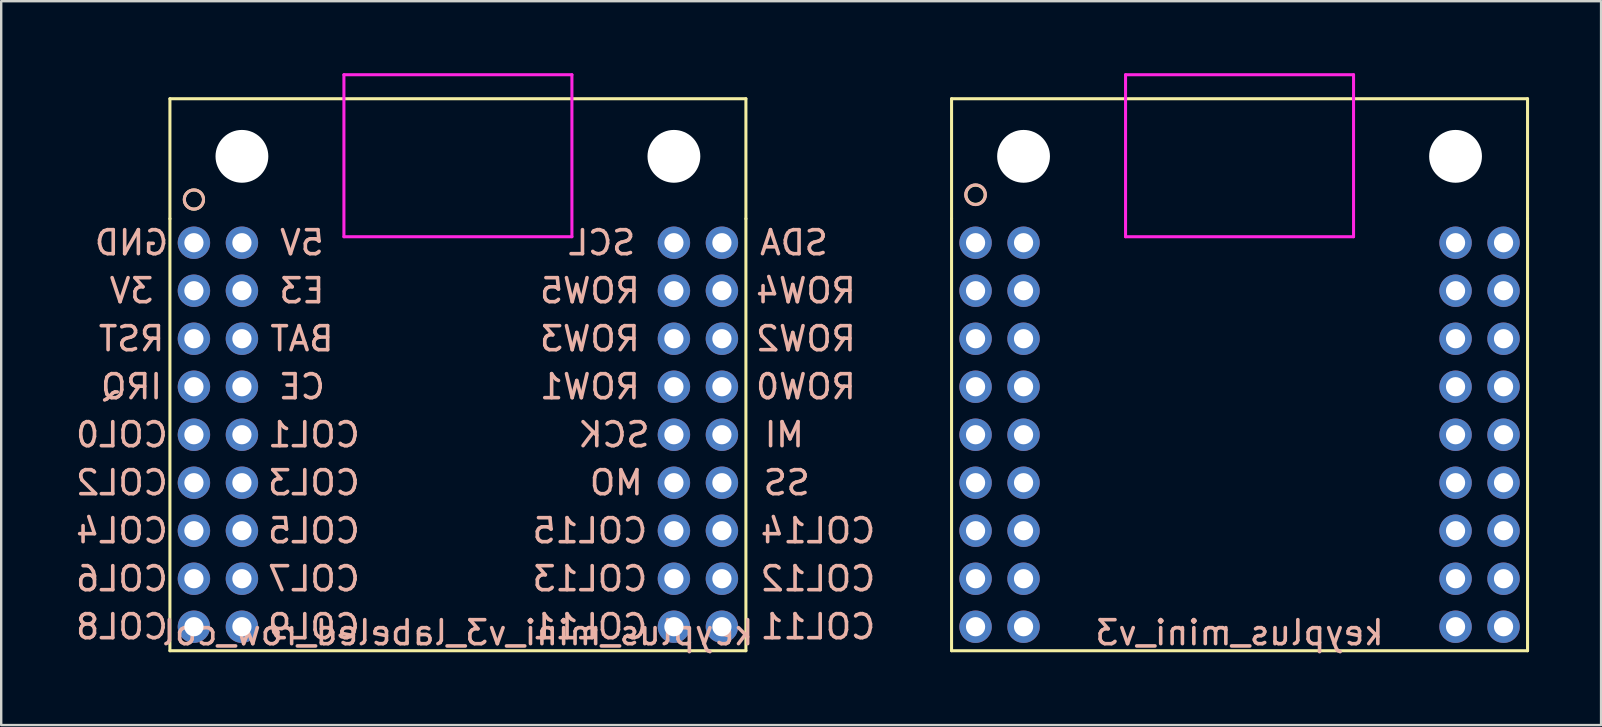
<source format=kicad_pcb>
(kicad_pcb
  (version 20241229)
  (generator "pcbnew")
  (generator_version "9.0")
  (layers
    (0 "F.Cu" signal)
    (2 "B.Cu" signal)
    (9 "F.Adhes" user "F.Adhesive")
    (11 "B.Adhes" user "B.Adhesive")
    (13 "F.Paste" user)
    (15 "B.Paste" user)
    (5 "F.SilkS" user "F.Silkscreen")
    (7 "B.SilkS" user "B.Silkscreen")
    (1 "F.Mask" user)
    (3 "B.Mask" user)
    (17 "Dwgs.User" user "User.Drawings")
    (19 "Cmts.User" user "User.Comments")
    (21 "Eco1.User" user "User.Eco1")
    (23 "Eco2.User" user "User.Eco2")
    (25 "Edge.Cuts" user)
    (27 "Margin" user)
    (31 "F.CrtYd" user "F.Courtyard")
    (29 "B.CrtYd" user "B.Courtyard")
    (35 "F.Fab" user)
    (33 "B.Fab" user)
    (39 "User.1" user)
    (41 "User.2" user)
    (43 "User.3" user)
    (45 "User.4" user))
  (footprint "keyplus_mini_v3"
    (layer "F.Cu")
    (at 48.599 16.064)
    (property "Reference" "keyplus_mini_v3" (at 0 7.25 180) (layer "B.SilkS") (effects (font (size 1 1) (thickness 0.15)) (justify mirror)))
    (attr through_hole)
    (fp_line (start -12 -10) (end -12 -15) (stroke (width 0.127) (type solid)) (layer "F.SilkS"))
    (fp_line (start -12 -10) (end -12 8) (stroke (width 0.127) (type solid)) (layer "F.SilkS"))
    (fp_line (start -12 8) (end 12 8) (stroke (width 0.127) (type solid)) (layer "F.SilkS"))
    (fp_line (start 12 -15) (end -12 -15) (stroke (width 0.127) (type solid)) (layer "F.SilkS"))
    (fp_line (start 12 -15) (end 12 -10) (stroke (width 0.127) (type solid)) (layer "F.SilkS"))
    (fp_line (start 12 8) (end 12 -10) (stroke (width 0.127) (type solid)) (layer "F.SilkS"))
    (fp_circle (center -11 -11) (end -10.6 -11) (stroke (width 0.127) (type solid)) (fill no) (layer "F.SilkS"))
    (fp_circle (center -11 -11) (end -10.6 -10.9) (stroke (width 0.127) (type solid)) (fill no) (layer "B.SilkS"))
    (fp_line (start -4.75 -16) (end -4.75 -9.25) (stroke (width 0.127) (type solid)) (layer "F.CrtYd"))
    (fp_line (start -4.75 -9.25) (end 4.75 -9.25) (stroke (width 0.127) (type solid)) (layer "F.CrtYd"))
    (fp_line (start 4.75 -16) (end -4.75 -16) (stroke (width 0.127) (type solid)) (layer "F.CrtYd"))
    (fp_line (start 4.75 -9.25) (end 4.75 -16) (stroke (width 0.127) (type solid)) (layer "F.CrtYd"))
    (pad "" np_thru_hole circle (at -9 -12.6) (size 2.2 2.2) (drill 2.2) (layers "*.Cu" "*.Mask"))
    (pad "" np_thru_hole circle (at 9 -12.6) (size 2.2 2.2) (drill 2.2) (layers "*.Cu" "*.Mask"))
    (pad "1" thru_hole circle (at -11 -9) (size 1.35 1.35) (drill 0.8) (layers "*.Cu" "*.Mask"))
    (pad "2" thru_hole circle (at -9 -9) (size 1.35 1.35) (drill 0.8) (layers "*.Cu" "*.Mask"))
    (pad "3" thru_hole circle (at -11 -7) (size 1.35 1.35) (drill 0.8) (layers "*.Cu" "*.Mask"))
    (pad "4" thru_hole circle (at -9 -7) (size 1.35 1.35) (drill 0.8) (layers "*.Cu" "*.Mask"))
    (pad "5" thru_hole circle (at -11 -5) (size 1.35 1.35) (drill 0.8) (layers "*.Cu" "*.Mask"))
    (pad "6" thru_hole circle (at -9 -5) (size 1.35 1.35) (drill 0.8) (layers "*.Cu" "*.Mask"))
    (pad "7" thru_hole circle (at -11 -3) (size 1.35 1.35) (drill 0.8) (layers "*.Cu" "*.Mask"))
    (pad "8" thru_hole circle (at -9 -3) (size 1.35 1.35) (drill 0.8) (layers "*.Cu" "*.Mask"))
    (pad "9" thru_hole circle (at -11 -1) (size 1.35 1.35) (drill 0.8) (layers "*.Cu" "*.Mask"))
    (pad "10" thru_hole circle (at -9 -1) (size 1.35 1.35) (drill 0.8) (layers "*.Cu" "*.Mask"))
    (pad "11" thru_hole circle (at -11 1) (size 1.35 1.35) (drill 0.8) (layers "*.Cu" "*.Mask"))
    (pad "12" thru_hole circle (at -9 1) (size 1.35 1.35) (drill 0.8) (layers "*.Cu" "*.Mask"))
    (pad "13" thru_hole circle (at -11 3) (size 1.35 1.35) (drill 0.8) (layers "*.Cu" "*.Mask"))
    (pad "14" thru_hole circle (at -9 3) (size 1.35 1.35) (drill 0.8) (layers "*.Cu" "*.Mask"))
    (pad "15" thru_hole circle (at -11 5) (size 1.35 1.35) (drill 0.8) (layers "*.Cu" "*.Mask"))
    (pad "16" thru_hole circle (at -9 5) (size 1.35 1.35) (drill 0.8) (layers "*.Cu" "*.Mask"))
    (pad "17" thru_hole circle (at -11 7) (size 1.35 1.35) (drill 0.8) (layers "*.Cu" "*.Mask"))
    (pad "18" thru_hole circle (at -9 7) (size 1.35 1.35) (drill 0.8) (layers "*.Cu" "*.Mask"))
    (pad "19" thru_hole circle (at 9 7) (size 1.35 1.35) (drill 0.8) (layers "*.Cu" "*.Mask"))
    (pad "20" thru_hole circle (at 11 7) (size 1.35 1.35) (drill 0.8) (layers "*.Cu" "*.Mask"))
    (pad "21" thru_hole circle (at 9 5) (size 1.35 1.35) (drill 0.8) (layers "*.Cu" "*.Mask"))
    (pad "22" thru_hole circle (at 11 5) (size 1.35 1.35) (drill 0.8) (layers "*.Cu" "*.Mask"))
    (pad "23" thru_hole circle (at 9 3) (size 1.35 1.35) (drill 0.8) (layers "*.Cu" "*.Mask"))
    (pad "24" thru_hole circle (at 11 3) (size 1.35 1.35) (drill 0.8) (layers "*.Cu" "*.Mask"))
    (pad "25" thru_hole circle (at 9 1) (size 1.35 1.35) (drill 0.8) (layers "*.Cu" "*.Mask"))
    (pad "26" thru_hole circle (at 11 1) (size 1.35 1.35) (drill 0.8) (layers "*.Cu" "*.Mask"))
    (pad "27" thru_hole circle (at 9 -1) (size 1.35 1.35) (drill 0.8) (layers "*.Cu" "*.Mask"))
    (pad "28" thru_hole circle (at 11 -1) (size 1.35 1.35) (drill 0.8) (layers "*.Cu" "*.Mask"))
    (pad "29" thru_hole circle (at 9 -3) (size 1.35 1.35) (drill 0.8) (layers "*.Cu" "*.Mask"))
    (pad "30" thru_hole circle (at 11 -3) (size 1.35 1.35) (drill 0.8) (layers "*.Cu" "*.Mask"))
    (pad "31" thru_hole circle (at 9 -5) (size 1.35 1.35) (drill 0.8) (layers "*.Cu" "*.Mask"))
    (pad "32" thru_hole circle (at 11 -5) (size 1.35 1.35) (drill 0.8) (layers "*.Cu" "*.Mask"))
    (pad "33" thru_hole circle (at 9 -7) (size 1.35 1.35) (drill 0.8) (layers "*.Cu" "*.Mask"))
    (pad "34" thru_hole circle (at 11 -7) (size 1.35 1.35) (drill 0.8) (layers "*.Cu" "*.Mask"))
    (pad "35" thru_hole circle (at 9 -9) (size 1.35 1.35) (drill 0.8) (layers "*.Cu" "*.Mask"))
    (pad "36" thru_hole circle (at 11 -9) (size 1.35 1.35) (drill 0.8) (layers "*.Cu" "*.Mask")))
  (footprint "keyplus_mini_v3_labeled_row_col"
    (layer "F.Cu")
    (at 16.03 16.064)
    (property "Reference" "keyplus_mini_v3_labeled_row_col" (at 0 7.25 0) (layer "B.SilkS") (effects (font (size 1 1) (thickness 0.15)) (justify mirror)))
    (attr through_hole)
    (fp_line (start -12 -10) (end -12 -15) (stroke (width 0.127) (type solid)) (layer "F.SilkS"))
    (fp_line (start -12 -10) (end -12 8) (stroke (width 0.127) (type solid)) (layer "F.SilkS"))
    (fp_line (start -12 8) (end 12 8) (stroke (width 0.127) (type solid)) (layer "F.SilkS"))
    (fp_line (start 12 -15) (end -12 -15) (stroke (width 0.127) (type solid)) (layer "F.SilkS"))
    (fp_line (start 12 -15) (end 12 -10) (stroke (width 0.127) (type solid)) (layer "F.SilkS"))
    (fp_line (start 12 8) (end 12 -10) (stroke (width 0.127) (type solid)) (layer "F.SilkS"))
    (fp_circle (center -11 -10.8) (end -10.6 -10.8) (stroke (width 0.127) (type solid)) (fill no) (layer "F.SilkS"))
    (fp_circle (center -11 -10.8) (end -10.6 -10.8) (stroke (width 0.127) (type solid)) (fill no) (layer "B.SilkS"))
    (fp_line (start -4.75 -16) (end -4.75 -9.25) (stroke (width 0.127) (type solid)) (layer "F.CrtYd"))
    (fp_line (start -4.75 -9.25) (end 4.75 -9.25) (stroke (width 0.127) (type solid)) (layer "F.CrtYd"))
    (fp_line (start 4.75 -16) (end -4.75 -16) (stroke (width 0.127) (type solid)) (layer "F.CrtYd"))
    (fp_line (start 4.75 -9.25) (end 4.75 -16) (stroke (width 0.127) (type solid)) (layer "F.CrtYd"))
    (fp_text user "ROW4" (at 14.5 -7 0) (layer "B.SilkS") (effects (font (size 1 1) (thickness 0.15)) (justify mirror)))
    (fp_text user "COL12" (at 15 5 0) (layer "B.SilkS") (effects (font (size 1 1) (thickness 0.15)) (justify mirror)))
    (fp_text user "COL11" (at 15 7 0) (layer "B.SilkS") (effects (font (size 1 1) (thickness 0.15)) (justify mirror)))
    (fp_text user "COL6" (at -14 5 0) (layer "B.SilkS") (effects (font (size 1 1) (thickness 0.15)) (justify mirror)))
    (fp_text user "COL7" (at -6 5 0) (layer "B.SilkS") (effects (font (size 1 1) (thickness 0.15)) (justify mirror)))
    (fp_text user "ROW2" (at 14.5 -5 0) (layer "B.SilkS") (effects (font (size 1 1) (thickness 0.15)) (justify mirror)))
    (fp_text user "E3" (at -6.5 -7 0) (layer "B.SilkS") (effects (font (size 1 1) (thickness 0.15)) (justify mirror)))
    (fp_text user "3V" (at -13.6 -7 0) (layer "B.SilkS") (effects (font (size 1 1) (thickness 0.15)) (justify mirror)))
    (fp_text user "SCL" (at 6 -9 0) (layer "B.SilkS") (effects (font (size 1 1) (thickness 0.15)) (justify mirror)))
    (fp_text user "COL5" (at -6 3 0) (layer "B.SilkS") (effects (font (size 1 1) (thickness 0.15)) (justify mirror)))
    (fp_text user "COL13" (at 5.5 5 0) (layer "B.SilkS") (effects (font (size 1 1) (thickness 0.15)) (justify mirror)))
    (fp_text user "COL15" (at 5.5 3 0) (layer "B.SilkS") (effects (font (size 1 1) (thickness 0.15)) (justify mirror)))
    (fp_text user "COL1" (at -6 -1 0) (layer "B.SilkS") (effects (font (size 1 1) (thickness 0.15)) (justify mirror)))
    (fp_text user "COL2" (at -14 1 0) (layer "B.SilkS") (effects (font (size 1 1) (thickness 0.15)) (justify mirror)))
    (fp_text user "COL3" (at -6 1 0) (layer "B.SilkS") (effects (font (size 1 1) (thickness 0.15)) (justify mirror)))
    (fp_text user "COL11" (at 5.5 7 0) (layer "B.SilkS") (effects (font (size 1 1) (thickness 0.15)) (justify mirror)))
    (fp_text user "MI" (at 13.6 -1 0) (layer "B.SilkS") (effects (font (size 1 1) (thickness 0.15)) (justify mirror)))
    (fp_text user "5V" (at -6.5 -9 0) (layer "B.SilkS") (effects (font (size 1 1) (thickness 0.15)) (justify mirror)))
    (fp_text user "COL8" (at -14 7 0) (layer "B.SilkS") (effects (font (size 1 1) (thickness 0.15)) (justify mirror)))
    (fp_text user "SCK" (at 6.5 -1 0) (layer "B.SilkS") (effects (font (size 1 1) (thickness 0.15)) (justify mirror)))
    (fp_text user "CE" (at -6.5 -3 0) (layer "B.SilkS") (effects (font (size 1 1) (thickness 0.15)) (justify mirror)))
    (fp_text user "COL9" (at -6 7 0) (layer "B.SilkS") (effects (font (size 1 1) (thickness 0.15)) (justify mirror)))
    (fp_text user "BAT" (at -6.5 -5 0) (layer "B.SilkS") (effects (font (size 1 1) (thickness 0.15)) (justify mirror)))
    (fp_text user "ROW3" (at 5.5 -5 0) (layer "B.SilkS") (effects (font (size 1 1) (thickness 0.15)) (justify mirror)))
    (fp_text user "COL14" (at 15 3 0) (layer "B.SilkS") (effects (font (size 1 1) (thickness 0.15)) (justify mirror)))
    (fp_text user "SS" (at 13.7 1 0) (layer "B.SilkS") (effects (font (size 1 1) (thickness 0.15)) (justify mirror)))
    (fp_text user "MO" (at 6.6 1 0) (layer "B.SilkS") (effects (font (size 1 1) (thickness 0.15)) (justify mirror)))
    (fp_text user "IRQ" (at -13.6 -3 0) (layer "B.SilkS") (effects (font (size 1 1) (thickness 0.15)) (justify mirror)))
    (fp_text user "COL4" (at -14 3 0) (layer "B.SilkS") (effects (font (size 1 1) (thickness 0.15)) (justify mirror)))
    (fp_text user "ROW0" (at 14.5 -3 0) (layer "B.SilkS") (effects (font (size 1 1) (thickness 0.15)) (justify mirror)))
    (fp_text user "ROW1" (at 5.5 -3 0) (layer "B.SilkS") (effects (font (size 1 1) (thickness 0.15)) (justify mirror)))
    (fp_text user "ROW5" (at 5.5 -7 0) (layer "B.SilkS") (effects (font (size 1 1) (thickness 0.15)) (justify mirror)))
    (fp_text user "GND" (at -13.6 -9 0) (layer "B.SilkS") (effects (font (size 1 1) (thickness 0.15)) (justify mirror)))
    (fp_text user "COL0" (at -14 -1 0) (layer "B.SilkS") (effects (font (size 1 1) (thickness 0.15)) (justify mirror)))
    (fp_text user "SDA" (at 14 -9 0) (layer "B.SilkS") (effects (font (size 1 1) (thickness 0.15)) (justify mirror)))
    (fp_text user "RST" (at -13.6 -5 0) (layer "B.SilkS") (effects (font (size 1 1) (thickness 0.15)) (justify mirror)))
    (pad "" np_thru_hole circle (at -9 -12.6) (size 2.2 2.2) (drill 2.2) (layers "*.Cu" "*.Mask"))
    (pad "" np_thru_hole circle (at 9 -12.6) (size 2.2 2.2) (drill 2.2) (layers "*.Cu" "*.Mask"))
    (pad "1" thru_hole circle (at -11 -9) (size 1.35 1.35) (drill 0.8) (layers "*.Cu" "*.Mask"))
    (pad "2" thru_hole circle (at -9 -9) (size 1.35 1.35) (drill 0.8) (layers "*.Cu" "*.Mask"))
    (pad "3" thru_hole circle (at -11 -7) (size 1.35 1.35) (drill 0.8) (layers "*.Cu" "*.Mask"))
    (pad "4" thru_hole circle (at -9 -7) (size 1.35 1.35) (drill 0.8) (layers "*.Cu" "*.Mask"))
    (pad "5" thru_hole circle (at -11 -5) (size 1.35 1.35) (drill 0.8) (layers "*.Cu" "*.Mask"))
    (pad "6" thru_hole circle (at -9 -5) (size 1.35 1.35) (drill 0.8) (layers "*.Cu" "*.Mask"))
    (pad "7" thru_hole circle (at -11 -3) (size 1.35 1.35) (drill 0.8) (layers "*.Cu" "*.Mask"))
    (pad "8" thru_hole circle (at -9 -3) (size 1.35 1.35) (drill 0.8) (layers "*.Cu" "*.Mask"))
    (pad "9" thru_hole circle (at -11 -1) (size 1.35 1.35) (drill 0.8) (layers "*.Cu" "*.Mask"))
    (pad "10" thru_hole circle (at -9 -1) (size 1.35 1.35) (drill 0.8) (layers "*.Cu" "*.Mask"))
    (pad "11" thru_hole circle (at -11 1) (size 1.35 1.35) (drill 0.8) (layers "*.Cu" "*.Mask"))
    (pad "12" thru_hole circle (at -9 1) (size 1.35 1.35) (drill 0.8) (layers "*.Cu" "*.Mask"))
    (pad "13" thru_hole circle (at -11 3) (size 1.35 1.35) (drill 0.8) (layers "*.Cu" "*.Mask"))
    (pad "14" thru_hole circle (at -9 3) (size 1.35 1.35) (drill 0.8) (layers "*.Cu" "*.Mask"))
    (pad "15" thru_hole circle (at -11 5) (size 1.35 1.35) (drill 0.8) (layers "*.Cu" "*.Mask"))
    (pad "16" thru_hole circle (at -9 5) (size 1.35 1.35) (drill 0.8) (layers "*.Cu" "*.Mask"))
    (pad "17" thru_hole circle (at -11 7) (size 1.35 1.35) (drill 0.8) (layers "*.Cu" "*.Mask"))
    (pad "18" thru_hole circle (at -9 7) (size 1.35 1.35) (drill 0.8) (layers "*.Cu" "*.Mask"))
    (pad "19" thru_hole circle (at 9 7) (size 1.35 1.35) (drill 0.8) (layers "*.Cu" "*.Mask"))
    (pad "20" thru_hole circle (at 11 7) (size 1.35 1.35) (drill 0.8) (layers "*.Cu" "*.Mask"))
    (pad "21" thru_hole circle (at 9 5) (size 1.35 1.35) (drill 0.8) (layers "*.Cu" "*.Mask"))
    (pad "22" thru_hole circle (at 11 5) (size 1.35 1.35) (drill 0.8) (layers "*.Cu" "*.Mask"))
    (pad "23" thru_hole circle (at 9 3) (size 1.35 1.35) (drill 0.8) (layers "*.Cu" "*.Mask"))
    (pad "24" thru_hole circle (at 11 3) (size 1.35 1.35) (drill 0.8) (layers "*.Cu" "*.Mask"))
    (pad "25" thru_hole circle (at 9 1) (size 1.35 1.35) (drill 0.8) (layers "*.Cu" "*.Mask"))
    (pad "26" thru_hole circle (at 11 1) (size 1.35 1.35) (drill 0.8) (layers "*.Cu" "*.Mask"))
    (pad "27" thru_hole circle (at 9 -1) (size 1.35 1.35) (drill 0.8) (layers "*.Cu" "*.Mask"))
    (pad "28" thru_hole circle (at 11 -1) (size 1.35 1.35) (drill 0.8) (layers "*.Cu" "*.Mask"))
    (pad "29" thru_hole circle (at 9 -3) (size 1.35 1.35) (drill 0.8) (layers "*.Cu" "*.Mask"))
    (pad "30" thru_hole circle (at 11 -3) (size 1.35 1.35) (drill 0.8) (layers "*.Cu" "*.Mask"))
    (pad "31" thru_hole circle (at 9 -5) (size 1.35 1.35) (drill 0.8) (layers "*.Cu" "*.Mask"))
    (pad "32" thru_hole circle (at 11 -5) (size 1.35 1.35) (drill 0.8) (layers "*.Cu" "*.Mask"))
    (pad "33" thru_hole circle (at 9 -7) (size 1.35 1.35) (drill 0.8) (layers "*.Cu" "*.Mask"))
    (pad "34" thru_hole circle (at 11 -7) (size 1.35 1.35) (drill 0.8) (layers "*.Cu" "*.Mask"))
    (pad "35" thru_hole circle (at 9 -9) (size 1.35 1.35) (drill 0.8) (layers "*.Cu" "*.Mask"))
    (pad "36" thru_hole circle (at 11 -9) (size 1.35 1.35) (drill 0.8) (layers "*.Cu" "*.Mask")))
  (gr_rect
    (start -3 -3)
    (end 63.663 27.162)
    (stroke (width 0.1) (type default))
    (fill no)
    (layer "Edge.Cuts")))
</source>
